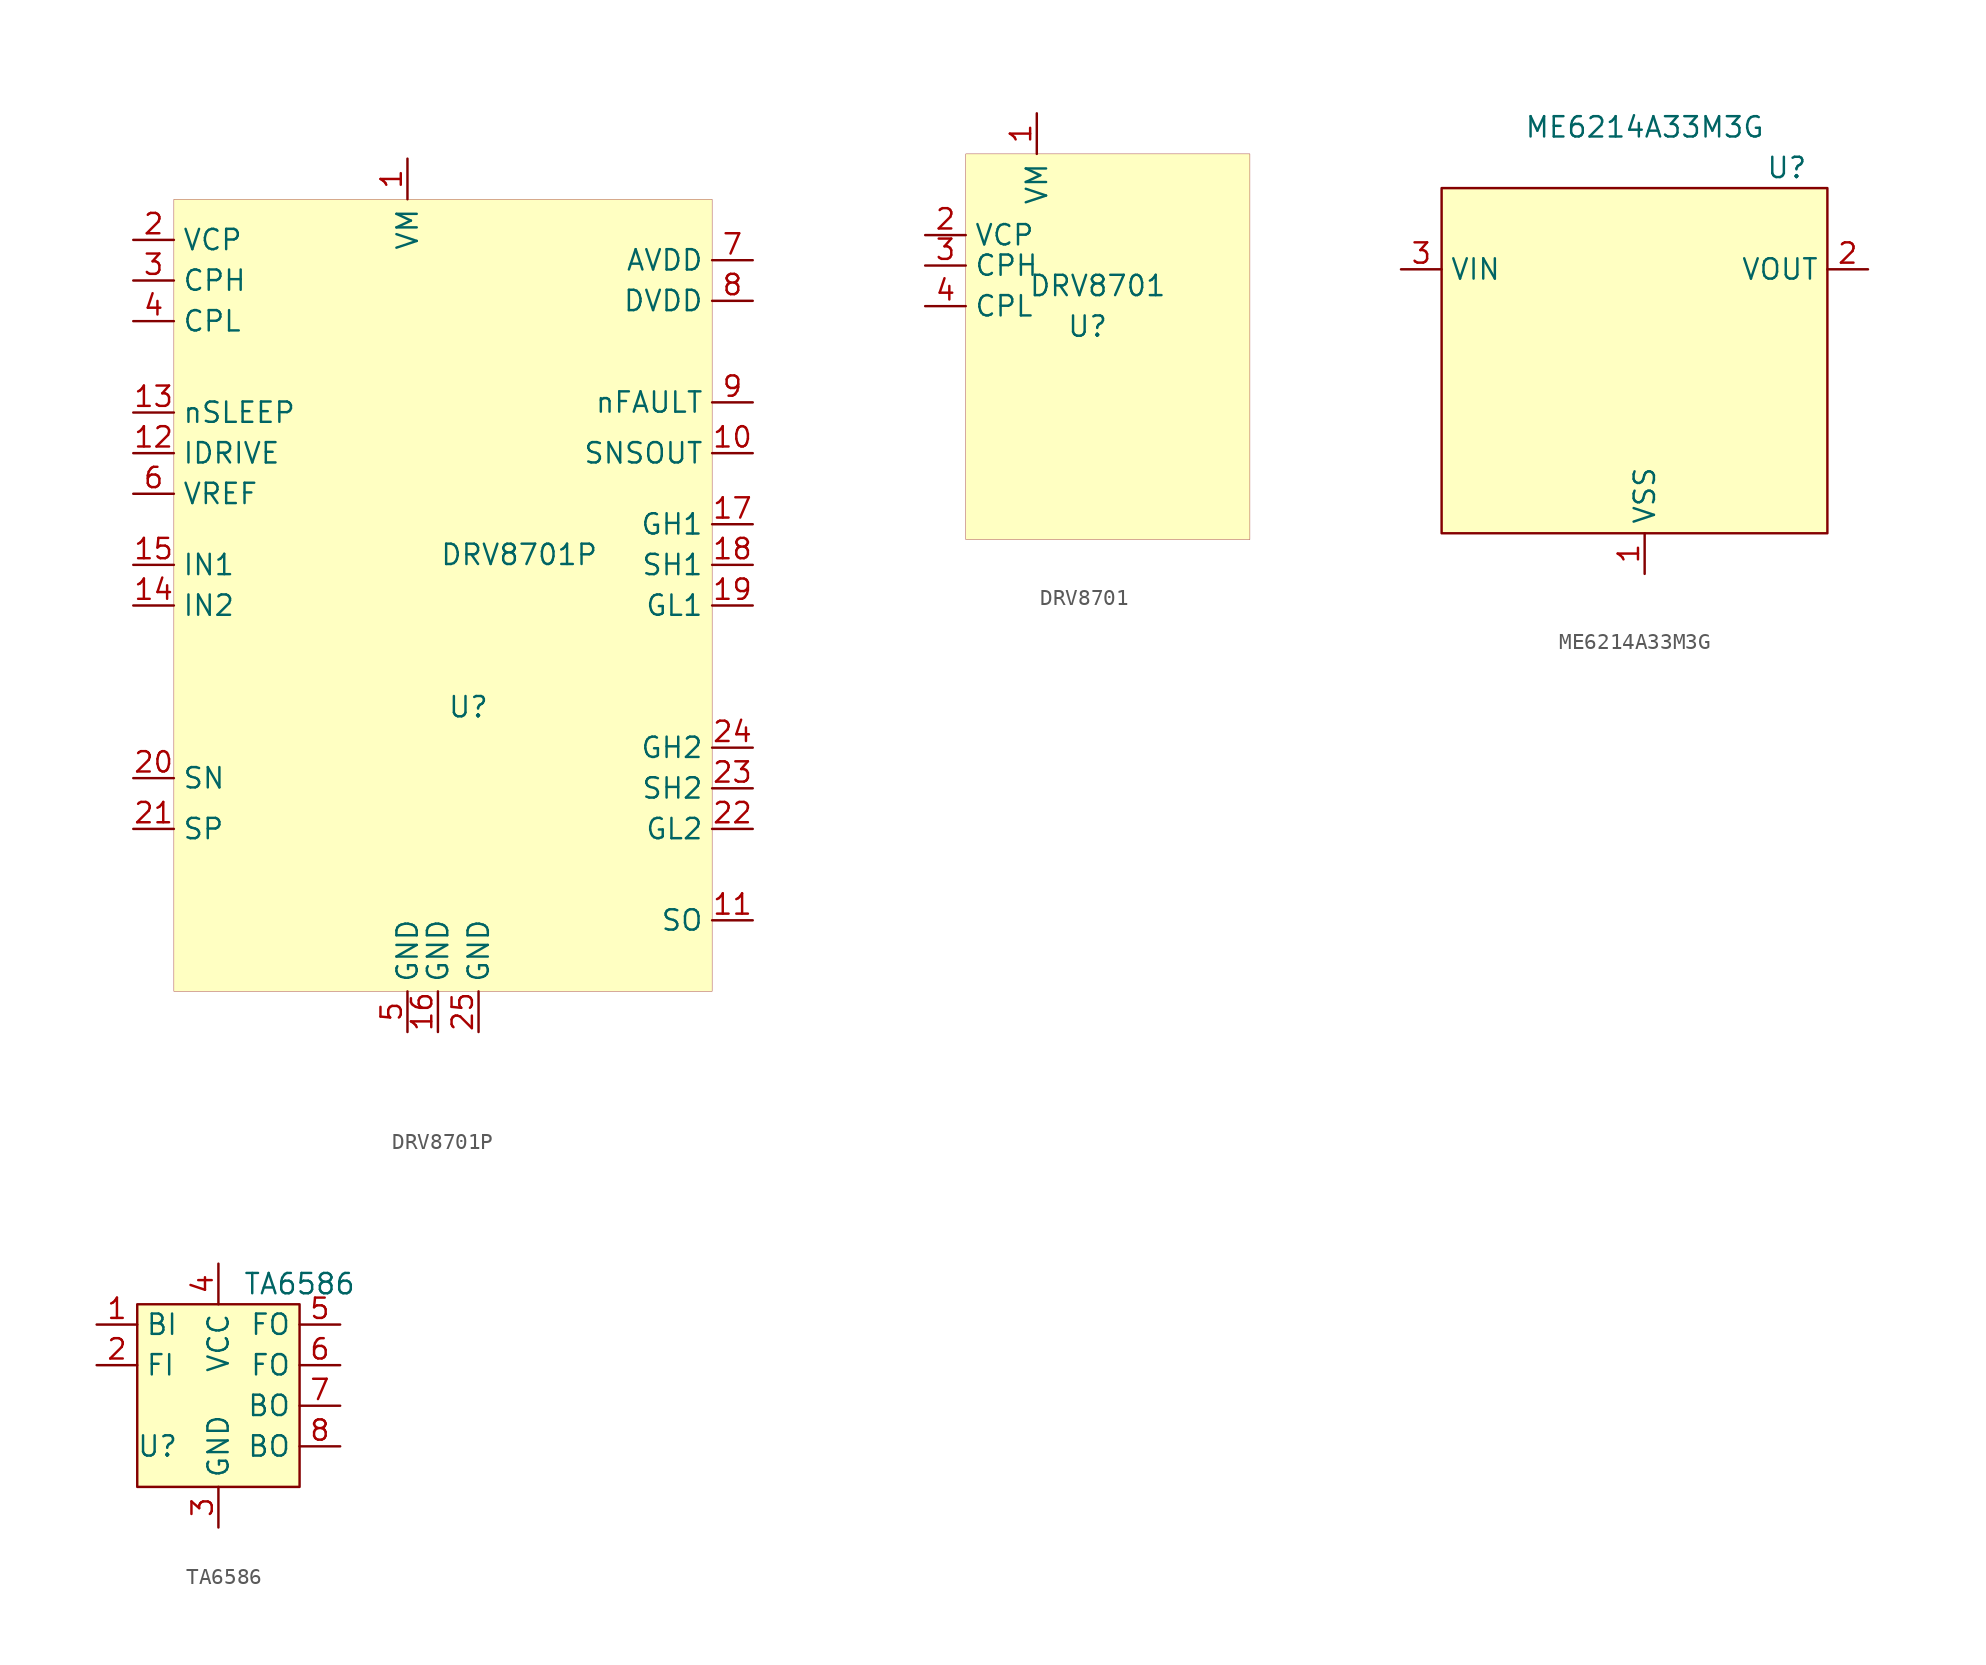
<source format=kicad_sym>
(kicad_symbol_lib
  (version 20201005)
  (generator kicad_symbol_editor)
  (symbol "beetleback:DRV8701P"
    (property "Reference" "U"
      (at 0 0 0)
      (effects (font (size 1.27 1.27))))
    (property "Value" "DRV8701P"
      (at 3.175 9.525 0)
      (effects (font (size 1.27 1.27))))
    (symbol "DRV8701P_0_1"
      (rectangle (start -18.415 31.75) (end 15.24 -17.78) (stroke (width 0.001)) (fill (type background))))
    (symbol "DRV8701P_1_1"
      (pin power_in line (at -3.81 34.29 270) (length 2.54) (name "VM" (effects (font (size 1.27 1.27)))) (number "1" (effects (font (size 1.27 1.27)))))
      (pin passive line (at -20.955 29.21 0) (length 2.54) (name "VCP" (effects (font (size 1.27 1.27)))) (number "2" (effects (font (size 1.27 1.27)))))
      (pin passive line (at -20.955 26.67 0) (length 2.54) (name "CPH" (effects (font (size 1.27 1.27)))) (number "3" (effects (font (size 1.27 1.27)))))
      (pin passive line (at -20.955 24.13 0) (length 2.54) (name "CPL" (effects (font (size 1.27 1.27)))) (number "4" (effects (font (size 1.27 1.27)))))
      (pin power_in line (at -3.81 -20.32 90) (length 2.54) (name "GND" (effects (font (size 1.27 1.27)))) (number "5" (effects (font (size 1.27 1.27)))))
      (pin power_in line (at -1.905 -20.32 90) (length 2.54) (name "GND" (effects (font (size 1.27 1.27)))) (number "16" (effects (font (size 1.27 1.27)))))
      (pin power_in line (at 0.635 -20.32 90) (length 2.54) (name "GND" (effects (font (size 1.27 1.27)))) (number "25" (effects (font (size 1.27 1.27)))))
      (pin power_out line (at 17.78 25.4 180) (length 2.54) (name "DVDD" (effects (font (size 1.27 1.27)))) (number "8" (effects (font (size 1.27 1.27)))))
      (pin power_out line (at 17.78 27.94 180) (length 2.54) (name "AVDD" (effects (font (size 1.27 1.27)))) (number "7" (effects (font (size 1.27 1.27)))))
      (pin input line (at -20.955 18.415 0) (length 2.54) (name "nSLEEP" (effects (font (size 1.27 1.27)))) (number "13" (effects (font (size 1.27 1.27)))))
      (pin input line (at -20.955 15.875 0) (length 2.54) (name "IDRIVE" (effects (font (size 1.27 1.27)))) (number "12" (effects (font (size 1.27 1.27)))))
      (pin input line (at -20.955 13.335 0) (length 2.54) (name "VREF" (effects (font (size 1.27 1.27)))) (number "6" (effects (font (size 1.27 1.27)))))
      (pin output line (at 17.78 19.05 180) (length 2.54) (name "nFAULT" (effects (font (size 1.27 1.27)))) (number "9" (effects (font (size 1.27 1.27)))))
      (pin open_collector line (at 17.78 15.875 180) (length 2.54) (name "SNSOUT" (effects (font (size 1.27 1.27)))) (number "10" (effects (font (size 1.27 1.27)))))
      (pin output line (at 17.78 -13.335 180) (length 2.54) (name "SO" (effects (font (size 1.27 1.27)))) (number "11" (effects (font (size 1.27 1.27)))))
      (pin input line (at -20.955 -4.445 0) (length 2.54) (name "SN" (effects (font (size 1.27 1.27)))) (number "20" (effects (font (size 1.27 1.27)))))
      (pin input line (at -20.955 -7.62 0) (length 2.54) (name "SP" (effects (font (size 1.27 1.27)))) (number "21" (effects (font (size 1.27 1.27)))))
      (pin output line (at 17.78 11.43 180) (length 2.54) (name "GH1" (effects (font (size 1.27 1.27)))) (number "17" (effects (font (size 1.27 1.27)))))
      (pin output line (at 17.78 -2.54 180) (length 2.54) (name "GH2" (effects (font (size 1.27 1.27)))) (number "24" (effects (font (size 1.27 1.27)))))
      (pin output line (at 17.78 6.35 180) (length 2.54) (name "GL1" (effects (font (size 1.27 1.27)))) (number "19" (effects (font (size 1.27 1.27)))))
      (pin output line (at 17.78 -7.62 180) (length 2.54) (name "GL2" (effects (font (size 1.27 1.27)))) (number "22" (effects (font (size 1.27 1.27)))))
      (pin input line (at 17.78 8.89 180) (length 2.54) (name "SH1" (effects (font (size 1.27 1.27)))) (number "18" (effects (font (size 1.27 1.27)))))
      (pin input line (at 17.78 -5.08 180) (length 2.54) (name "SH2" (effects (font (size 1.27 1.27)))) (number "23" (effects (font (size 1.27 1.27)))))
      (pin input line (at -20.955 8.89 0) (length 2.54) (name "IN1" (effects (font (size 1.27 1.27)))) (number "15" (effects (font (size 1.27 1.27)))))
      (pin input line (at -20.955 6.35 0) (length 2.54) (name "IN2" (effects (font (size 1.27 1.27)))) (number "14" (effects (font (size 1.27 1.27)))))))
  (symbol "beetleback:DRV8701"
    (property "Reference" "U"
      (at 0 0 0)
      (effects (font (size 1.27 1.27))))
    (property "Value" "DRV8701"
      (at 0.635 2.54 0)
      (effects (font (size 1.27 1.27))))
    (symbol "DRV8701_0_1"
      (rectangle (start -7.62 10.795) (end 10.16 -13.335) (stroke (width 0.001)) (fill (type background))))
    (symbol "DRV8701_1_1"
      (pin power_in line (at -3.175 13.335 270) (length 2.54) (name "VM" (effects (font (size 1.27 1.27)))) (number "1" (effects (font (size 1.27 1.27)))))
      (pin passive line (at -10.16 5.715 0) (length 2.54) (name "VCP" (effects (font (size 1.27 1.27)))) (number "2" (effects (font (size 1.27 1.27)))))
      (pin passive line (at -10.16 3.81 0) (length 2.54) (name "CPH" (effects (font (size 1.27 1.27)))) (number "3" (effects (font (size 1.27 1.27)))))
      (pin passive line (at -10.16 1.27 0) (length 2.54) (name "CPL" (effects (font (size 1.27 1.27)))) (number "4" (effects (font (size 1.27 1.27)))))))
  (symbol "beetleback:ME6214A33M3G"
    (property "Reference" "U"
      (at 8.89 11.43 0)
      (effects (font (size 1.27 1.27))))
    (property "Value" "ME6214A33M3G"
      (at 0 13.97 0)
      (effects (font (size 1.27 1.27))))
    (symbol "ME6214A33M3G_0_1"
      (rectangle (start -12.7 10.16) (end 11.43 -11.43) (stroke (width 0.152)) (fill (type background))))
    (symbol "ME6214A33M3G_1_1"
      (pin power_in line (at 0 -13.97 90) (length 2.54) (name "VSS" (effects (font (size 1.27 1.27)))) (number "1" (effects (font (size 1.27 1.27)))))
      (pin power_in line (at -15.24 5.08 0) (length 2.54) (name "VIN" (effects (font (size 1.27 1.27)))) (number "3" (effects (font (size 1.27 1.27)))))
      (pin power_out line (at 13.97 5.08 180) (length 2.54) (name "VOUT" (effects (font (size 1.27 1.27)))) (number "2" (effects (font (size 1.27 1.27)))))))
  (symbol "beetleback:TA6586"
    (property "Reference" "U"
      (at -3.81 -3.81 0)
      (effects (font (size 1.27 1.27))))
    (property "Value" "TA6586"
      (at 5.08 6.35 0)
      (effects (font (size 1.27 1.27))))
    (symbol "TA6586_0_1"
      (rectangle (start -5.08 5.08) (end 5.08 -6.35) (stroke (width 0.152)) (fill (type background))))
    (symbol "TA6586_1_1"
      (pin input line (at -7.62 3.81 0) (length 2.54) (name "BI" (effects (font (size 1.27 1.27)))) (number "1" (effects (font (size 1.27 1.27)))))
      (pin input line (at -7.62 1.27 0) (length 2.54) (name "FI" (effects (font (size 1.27 1.27)))) (number "2" (effects (font (size 1.27 1.27)))))
      (pin power_in line (at 0 -8.89 90) (length 2.54) (name "GND" (effects (font (size 1.27 1.27)))) (number "3" (effects (font (size 1.27 1.27)))))
      (pin power_in line (at 0 7.62 270) (length 2.54) (name "VCC" (effects (font (size 1.27 1.27)))) (number "4" (effects (font (size 1.27 1.27)))))
      (pin output line (at 7.62 3.81 180) (length 2.54) (name "FO" (effects (font (size 1.27 1.27)))) (number "5" (effects (font (size 1.27 1.27)))))
      (pin output line (at 7.62 1.27 180) (length 2.54) (name "FO" (effects (font (size 1.27 1.27)))) (number "6" (effects (font (size 1.27 1.27)))))
      (pin output line (at 7.62 -1.27 180) (length 2.54) (name "BO" (effects (font (size 1.27 1.27)))) (number "7" (effects (font (size 1.27 1.27)))))
      (pin output line (at 7.62 -3.81 180) (length 2.54) (name "BO" (effects (font (size 1.27 1.27)))) (number "8" (effects (font (size 1.27 1.27))))))))
</source>
